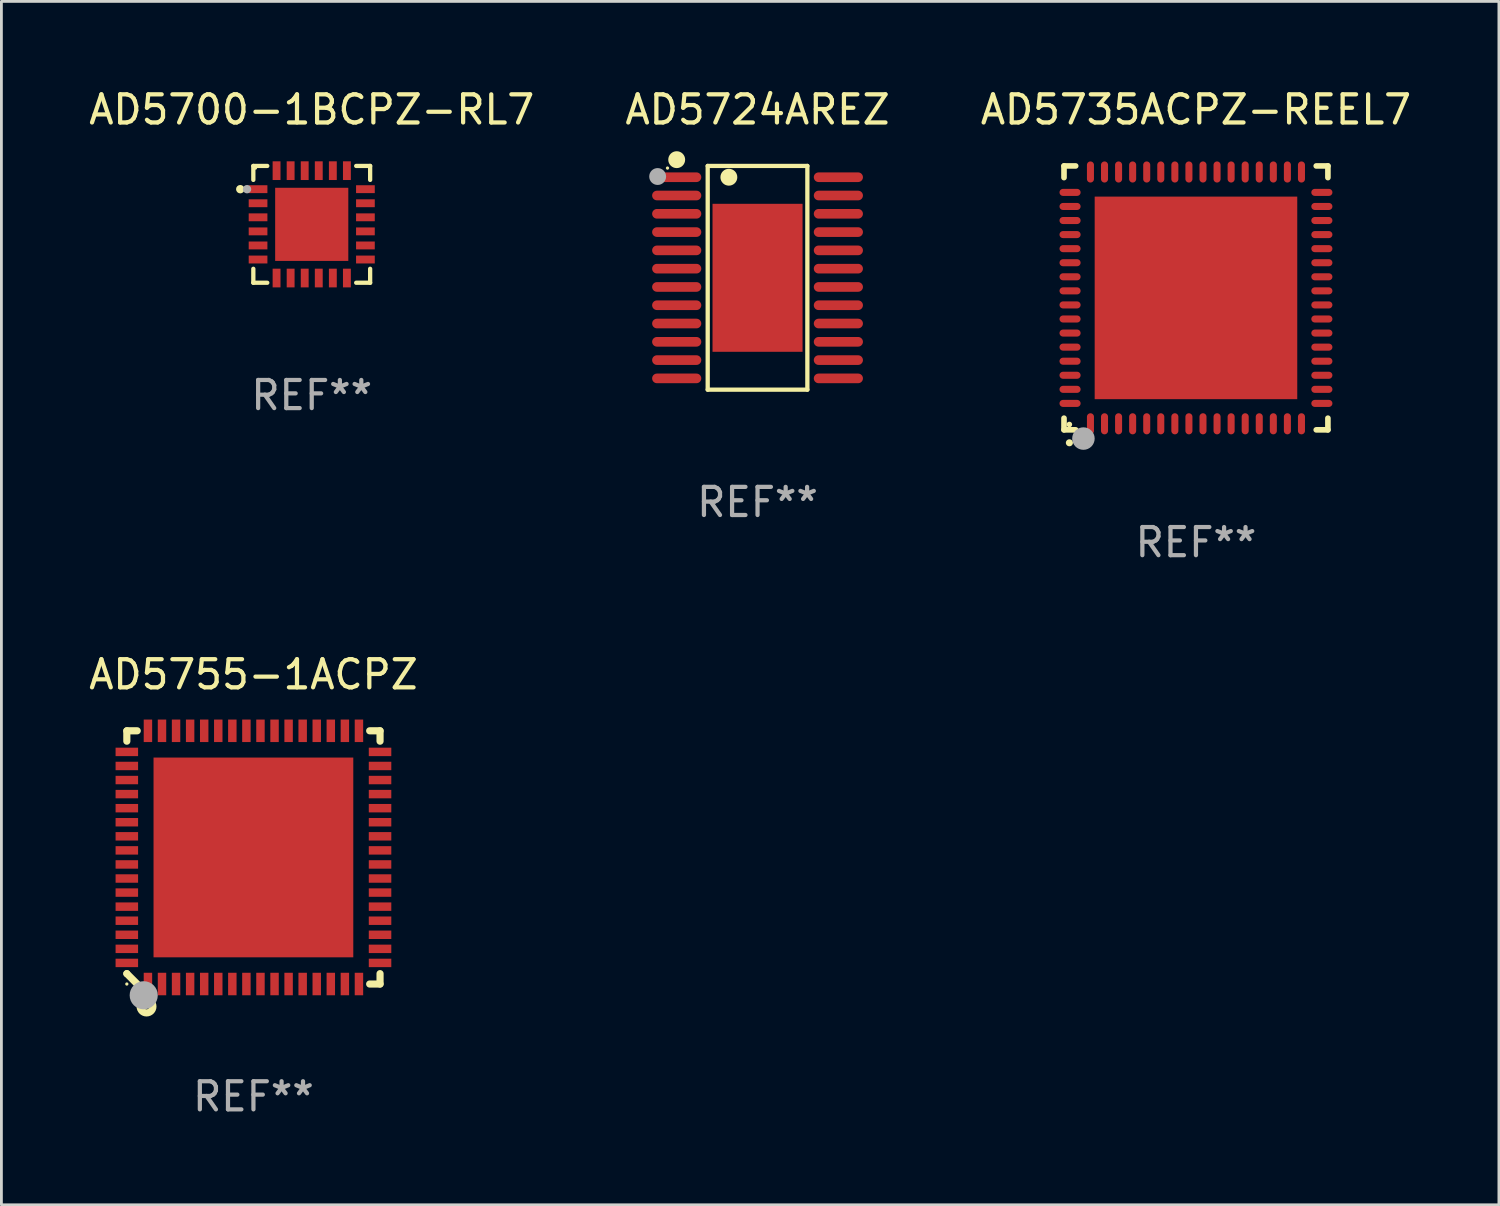
<source format=kicad_pcb>
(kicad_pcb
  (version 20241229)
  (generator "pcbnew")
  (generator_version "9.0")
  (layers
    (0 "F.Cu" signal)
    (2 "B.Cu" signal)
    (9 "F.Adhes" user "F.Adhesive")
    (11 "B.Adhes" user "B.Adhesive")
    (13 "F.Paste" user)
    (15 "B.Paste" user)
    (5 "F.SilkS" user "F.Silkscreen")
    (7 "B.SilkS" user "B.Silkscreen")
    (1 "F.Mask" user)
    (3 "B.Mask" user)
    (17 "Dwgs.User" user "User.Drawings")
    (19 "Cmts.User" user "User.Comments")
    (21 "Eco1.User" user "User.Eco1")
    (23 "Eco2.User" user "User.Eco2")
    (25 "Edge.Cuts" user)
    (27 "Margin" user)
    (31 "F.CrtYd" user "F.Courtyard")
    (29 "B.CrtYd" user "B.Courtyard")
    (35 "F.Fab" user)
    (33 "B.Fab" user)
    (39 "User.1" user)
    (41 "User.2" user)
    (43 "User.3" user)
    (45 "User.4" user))
  (footprint "AD5755-1ACPZ"
    (layer "F.Cu")
    (at 5.958 27.425)
    (property "Reference" "AD5755-1ACPZ" (at 0 -6.5 0) (layer "F.SilkS") (effects (font (size 1 1) (thickness 0.15))))
    (attr through_hole)
    (fp_line (start -4.5 -4.5) (end -4.5 -4.131) (stroke (width 0.254) (type solid)) (layer "F.SilkS"))
    (fp_line (start -4.5 4.131) (end -4.5 4.131) (stroke (width 0.254) (type solid)) (layer "F.SilkS"))
    (fp_line (start -4.5 4.131) (end -4.131 4.5) (stroke (width 0.254) (type solid)) (layer "F.SilkS"))
    (fp_line (start -4.131 -4.5) (end -4.5 -4.5) (stroke (width 0.254) (type solid)) (layer "F.SilkS"))
    (fp_line (start 4.131 4.5) (end 4.5 4.5) (stroke (width 0.254) (type solid)) (layer "F.SilkS"))
    (fp_line (start 4.5 -4.5) (end 4.131 -4.5) (stroke (width 0.254) (type solid)) (layer "F.SilkS"))
    (fp_line (start 4.5 -4.131) (end 4.5 -4.5) (stroke (width 0.254) (type solid)) (layer "F.SilkS"))
    (fp_line (start 4.5 4.5) (end 4.5 4.131) (stroke (width 0.254) (type solid)) (layer "F.SilkS"))
    (fp_circle (center -4.5 4.5) (end -4.47 4.5) (stroke (width 0.06) (type solid)) (fill no) (layer "F.SilkS"))
    (fp_circle (center -3.8 5.3) (end -3.7 5.3) (stroke (width 0.254) (type solid)) (fill no) (layer "F.SilkS"))
    (fp_circle (center -3.9 4.9) (end -3.65 4.9) (stroke (width 0.5) (type solid)) (fill no) (layer "F.Fab"))
    (fp_text user "REF**" (at 0 8.5 0) (layer "F.Fab") (effects (font (size 1 1) (thickness 0.15))))
    (pad "1" smd rect (at -3.75 4.5) (size 0.3 0.8) (layers "F.Cu" "F.Mask" "F.Paste"))
    (pad "2" smd rect (at -3.25 4.5) (size 0.3 0.8) (layers "F.Cu" "F.Mask" "F.Paste"))
    (pad "3" smd rect (at -2.75 4.5) (size 0.3 0.8) (layers "F.Cu" "F.Mask" "F.Paste"))
    (pad "4" smd rect (at -2.25 4.5) (size 0.3 0.8) (layers "F.Cu" "F.Mask" "F.Paste"))
    (pad "5" smd rect (at -1.75 4.5) (size 0.3 0.8) (layers "F.Cu" "F.Mask" "F.Paste"))
    (pad "6" smd rect (at -1.25 4.5) (size 0.3 0.8) (layers "F.Cu" "F.Mask" "F.Paste"))
    (pad "7" smd rect (at -0.75 4.5) (size 0.3 0.8) (layers "F.Cu" "F.Mask" "F.Paste"))
    (pad "8" smd rect (at -0.25 4.5) (size 0.3 0.8) (layers "F.Cu" "F.Mask" "F.Paste"))
    (pad "9" smd rect (at 0.25 4.5) (size 0.3 0.8) (layers "F.Cu" "F.Mask" "F.Paste"))
    (pad "10" smd rect (at 0.75 4.5) (size 0.3 0.8) (layers "F.Cu" "F.Mask" "F.Paste"))
    (pad "11" smd rect (at 1.25 4.5) (size 0.3 0.8) (layers "F.Cu" "F.Mask" "F.Paste"))
    (pad "12" smd rect (at 1.75 4.5) (size 0.3 0.8) (layers "F.Cu" "F.Mask" "F.Paste"))
    (pad "13" smd rect (at 2.25 4.5) (size 0.3 0.8) (layers "F.Cu" "F.Mask" "F.Paste"))
    (pad "14" smd rect (at 2.75 4.5) (size 0.3 0.8) (layers "F.Cu" "F.Mask" "F.Paste"))
    (pad "15" smd rect (at 3.25 4.5) (size 0.3 0.8) (layers "F.Cu" "F.Mask" "F.Paste"))
    (pad "16" smd rect (at 3.75 4.5) (size 0.3 0.8) (layers "F.Cu" "F.Mask" "F.Paste"))
    (pad "17" smd rect (at 4.5 3.75) (size 0.8 0.3) (layers "F.Cu" "F.Mask" "F.Paste"))
    (pad "18" smd rect (at 4.5 3.25) (size 0.8 0.3) (layers "F.Cu" "F.Mask" "F.Paste"))
    (pad "19" smd rect (at 4.5 2.75) (size 0.8 0.3) (layers "F.Cu" "F.Mask" "F.Paste"))
    (pad "20" smd rect (at 4.5 2.25) (size 0.8 0.3) (layers "F.Cu" "F.Mask" "F.Paste"))
    (pad "21" smd rect (at 4.5 1.75) (size 0.8 0.3) (layers "F.Cu" "F.Mask" "F.Paste"))
    (pad "22" smd rect (at 4.5 1.25) (size 0.8 0.3) (layers "F.Cu" "F.Mask" "F.Paste"))
    (pad "23" smd rect (at 4.5 0.75) (size 0.8 0.3) (layers "F.Cu" "F.Mask" "F.Paste"))
    (pad "24" smd rect (at 4.5 0.25) (size 0.8 0.3) (layers "F.Cu" "F.Mask" "F.Paste"))
    (pad "25" smd rect (at 4.5 -0.25) (size 0.8 0.3) (layers "F.Cu" "F.Mask" "F.Paste"))
    (pad "26" smd rect (at 4.5 -0.75) (size 0.8 0.3) (layers "F.Cu" "F.Mask" "F.Paste"))
    (pad "27" smd rect (at 4.5 -1.25) (size 0.8 0.3) (layers "F.Cu" "F.Mask" "F.Paste"))
    (pad "28" smd rect (at 4.5 -1.75) (size 0.8 0.3) (layers "F.Cu" "F.Mask" "F.Paste"))
    (pad "29" smd rect (at 4.5 -2.25) (size 0.8 0.3) (layers "F.Cu" "F.Mask" "F.Paste"))
    (pad "30" smd rect (at 4.5 -2.75) (size 0.8 0.3) (layers "F.Cu" "F.Mask" "F.Paste"))
    (pad "31" smd rect (at 4.5 -3.25) (size 0.8 0.3) (layers "F.Cu" "F.Mask" "F.Paste"))
    (pad "32" smd rect (at 4.5 -3.75) (size 0.8 0.3) (layers "F.Cu" "F.Mask" "F.Paste"))
    (pad "33" smd rect (at 3.75 -4.5) (size 0.3 0.8) (layers "F.Cu" "F.Mask" "F.Paste"))
    (pad "34" smd rect (at 3.25 -4.5) (size 0.3 0.8) (layers "F.Cu" "F.Mask" "F.Paste"))
    (pad "35" smd rect (at 2.75 -4.5) (size 0.3 0.8) (layers "F.Cu" "F.Mask" "F.Paste"))
    (pad "36" smd rect (at 2.25 -4.5) (size 0.3 0.8) (layers "F.Cu" "F.Mask" "F.Paste"))
    (pad "37" smd rect (at 1.75 -4.5) (size 0.3 0.8) (layers "F.Cu" "F.Mask" "F.Paste"))
    (pad "38" smd rect (at 1.25 -4.5) (size 0.3 0.8) (layers "F.Cu" "F.Mask" "F.Paste"))
    (pad "39" smd rect (at 0.75 -4.5) (size 0.3 0.8) (layers "F.Cu" "F.Mask" "F.Paste"))
    (pad "40" smd rect (at 0.25 -4.5) (size 0.3 0.8) (layers "F.Cu" "F.Mask" "F.Paste"))
    (pad "41" smd rect (at -0.25 -4.5) (size 0.3 0.8) (layers "F.Cu" "F.Mask" "F.Paste"))
    (pad "42" smd rect (at -0.75 -4.5) (size 0.3 0.8) (layers "F.Cu" "F.Mask" "F.Paste"))
    (pad "43" smd rect (at -1.25 -4.5) (size 0.3 0.8) (layers "F.Cu" "F.Mask" "F.Paste"))
    (pad "44" smd rect (at -1.75 -4.5) (size 0.3 0.8) (layers "F.Cu" "F.Mask" "F.Paste"))
    (pad "45" smd rect (at -2.25 -4.5) (size 0.3 0.8) (layers "F.Cu" "F.Mask" "F.Paste"))
    (pad "46" smd rect (at -2.75 -4.5) (size 0.3 0.8) (layers "F.Cu" "F.Mask" "F.Paste"))
    (pad "47" smd rect (at -3.25 -4.5) (size 0.3 0.8) (layers "F.Cu" "F.Mask" "F.Paste"))
    (pad "48" smd rect (at -3.75 -4.5) (size 0.3 0.8) (layers "F.Cu" "F.Mask" "F.Paste"))
    (pad "49" smd rect (at -4.5 -3.75) (size 0.8 0.3) (layers "F.Cu" "F.Mask" "F.Paste"))
    (pad "50" smd rect (at -4.5 -3.25) (size 0.8 0.3) (layers "F.Cu" "F.Mask" "F.Paste"))
    (pad "51" smd rect (at -4.5 -2.75) (size 0.8 0.3) (layers "F.Cu" "F.Mask" "F.Paste"))
    (pad "52" smd rect (at -4.5 -2.25) (size 0.8 0.3) (layers "F.Cu" "F.Mask" "F.Paste"))
    (pad "53" smd rect (at -4.5 -1.75) (size 0.8 0.3) (layers "F.Cu" "F.Mask" "F.Paste"))
    (pad "54" smd rect (at -4.5 -1.25) (size 0.8 0.3) (layers "F.Cu" "F.Mask" "F.Paste"))
    (pad "55" smd rect (at -4.5 -0.75) (size 0.8 0.3) (layers "F.Cu" "F.Mask" "F.Paste"))
    (pad "56" smd rect (at -4.5 -0.25) (size 0.8 0.3) (layers "F.Cu" "F.Mask" "F.Paste"))
    (pad "57" smd rect (at -4.5 0.25) (size 0.8 0.3) (layers "F.Cu" "F.Mask" "F.Paste"))
    (pad "58" smd rect (at -4.5 0.75) (size 0.8 0.3) (layers "F.Cu" "F.Mask" "F.Paste"))
    (pad "59" smd rect (at -4.5 1.25) (size 0.8 0.3) (layers "F.Cu" "F.Mask" "F.Paste"))
    (pad "60" smd rect (at -4.5 1.75) (size 0.8 0.3) (layers "F.Cu" "F.Mask" "F.Paste"))
    (pad "61" smd rect (at -4.5 2.25) (size 0.8 0.3) (layers "F.Cu" "F.Mask" "F.Paste"))
    (pad "62" smd rect (at -4.5 2.75) (size 0.8 0.3) (layers "F.Cu" "F.Mask" "F.Paste"))
    (pad "63" smd rect (at -4.5 3.25) (size 0.8 0.3) (layers "F.Cu" "F.Mask" "F.Paste"))
    (pad "64" smd rect (at -4.5 3.75) (size 0.8 0.3) (layers "F.Cu" "F.Mask" "F.Paste"))
    (pad "65" smd rect (at -0.001 0.001) (size 7.1 7.1) (layers "F.Cu" "F.Mask" "F.Paste")))
  (footprint "AD5735ACPZ-REEL7"
    (layer "F.Cu")
    (at 39.458 7.538)
    (property "Reference" "AD5735ACPZ-REEL7" (at 0 -6.69 0) (layer "F.SilkS") (effects (font (size 1 1) (thickness 0.15))))
    (attr through_hole)
    (fp_line (start -4.69 -4.69) (end -4.275 -4.69) (stroke (width 0.2) (type solid)) (layer "F.SilkS"))
    (fp_line (start -4.69 -4.275) (end -4.69 -4.69) (stroke (width 0.2) (type solid)) (layer "F.SilkS"))
    (fp_line (start -4.69 4.69) (end -4.69 4.275) (stroke (width 0.2) (type solid)) (layer "F.SilkS"))
    (fp_line (start -4.275 4.69) (end -4.69 4.69) (stroke (width 0.2) (type solid)) (layer "F.SilkS"))
    (fp_line (start 4.275 4.69) (end 4.69 4.69) (stroke (width 0.2) (type solid)) (layer "F.SilkS"))
    (fp_line (start 4.69 -4.69) (end 4.275 -4.69) (stroke (width 0.2) (type solid)) (layer "F.SilkS"))
    (fp_line (start 4.69 -4.275) (end 4.69 -4.69) (stroke (width 0.2) (type solid)) (layer "F.SilkS"))
    (fp_line (start 4.69 4.69) (end 4.69 4.275) (stroke (width 0.2) (type solid)) (layer "F.SilkS"))
    (fp_arc (start -4.499886 5.15) (mid -4.498616 5.149994) (end -4.497346 5.15) (stroke (width 0.24892) (type solid)) (layer "F.SilkS"))
    (fp_circle (center -4.5 4.5) (end -4.45 4.5) (stroke (width 0.1) (type solid)) (fill no) (layer "F.SilkS"))
    (fp_circle (center -4 5) (end -3.8 5) (stroke (width 0.4) (type solid)) (fill no) (layer "F.Fab"))
    (fp_text user "REF**" (at 0 8.69 0) (layer "F.Fab") (effects (font (size 1 1) (thickness 0.15))))
    (pad "1" smd oval (at -3.75 4.475) (size 0.25 0.75) (layers "F.Cu" "F.Mask" "F.Paste"))
    (pad "2" smd oval (at -3.25 4.475) (size 0.25 0.75) (layers "F.Cu" "F.Mask" "F.Paste"))
    (pad "3" smd oval (at -2.75 4.475) (size 0.25 0.75) (layers "F.Cu" "F.Mask" "F.Paste"))
    (pad "4" smd oval (at -2.25 4.475) (size 0.25 0.75) (layers "F.Cu" "F.Mask" "F.Paste"))
    (pad "5" smd oval (at -1.75 4.475) (size 0.25 0.75) (layers "F.Cu" "F.Mask" "F.Paste"))
    (pad "6" smd oval (at -1.25 4.475) (size 0.25 0.75) (layers "F.Cu" "F.Mask" "F.Paste"))
    (pad "7" smd oval (at -0.75 4.475) (size 0.25 0.75) (layers "F.Cu" "F.Mask" "F.Paste"))
    (pad "8" smd oval (at -0.25 4.475) (size 0.25 0.75) (layers "F.Cu" "F.Mask" "F.Paste"))
    (pad "9" smd oval (at 0.25 4.475) (size 0.25 0.75) (layers "F.Cu" "F.Mask" "F.Paste"))
    (pad "10" smd oval (at 0.75 4.475) (size 0.25 0.75) (layers "F.Cu" "F.Mask" "F.Paste"))
    (pad "11" smd oval (at 1.25 4.475) (size 0.25 0.75) (layers "F.Cu" "F.Mask" "F.Paste"))
    (pad "12" smd oval (at 1.75 4.475) (size 0.25 0.75) (layers "F.Cu" "F.Mask" "F.Paste"))
    (pad "13" smd oval (at 2.25 4.475) (size 0.25 0.75) (layers "F.Cu" "F.Mask" "F.Paste"))
    (pad "14" smd oval (at 2.75 4.475) (size 0.25 0.75) (layers "F.Cu" "F.Mask" "F.Paste"))
    (pad "15" smd oval (at 3.25 4.475) (size 0.25 0.75) (layers "F.Cu" "F.Mask" "F.Paste"))
    (pad "16" smd oval (at 3.75 4.475) (size 0.25 0.75) (layers "F.Cu" "F.Mask" "F.Paste"))
    (pad "17" smd oval (at 4.475 3.75) (size 0.75 0.25) (layers "F.Cu" "F.Mask" "F.Paste"))
    (pad "18" smd oval (at 4.475 3.25) (size 0.75 0.25) (layers "F.Cu" "F.Mask" "F.Paste"))
    (pad "19" smd oval (at 4.475 2.75) (size 0.75 0.25) (layers "F.Cu" "F.Mask" "F.Paste"))
    (pad "20" smd oval (at 4.475 2.25) (size 0.75 0.25) (layers "F.Cu" "F.Mask" "F.Paste"))
    (pad "21" smd oval (at 4.475 1.75) (size 0.75 0.25) (layers "F.Cu" "F.Mask" "F.Paste"))
    (pad "22" smd oval (at 4.475 1.25) (size 0.75 0.25) (layers "F.Cu" "F.Mask" "F.Paste"))
    (pad "23" smd oval (at 4.475 0.75) (size 0.75 0.25) (layers "F.Cu" "F.Mask" "F.Paste"))
    (pad "24" smd oval (at 4.475 0.25) (size 0.75 0.25) (layers "F.Cu" "F.Mask" "F.Paste"))
    (pad "25" smd oval (at 4.475 -0.25) (size 0.75 0.25) (layers "F.Cu" "F.Mask" "F.Paste"))
    (pad "26" smd oval (at 4.475 -0.75) (size 0.75 0.25) (layers "F.Cu" "F.Mask" "F.Paste"))
    (pad "27" smd oval (at 4.475 -1.25) (size 0.75 0.25) (layers "F.Cu" "F.Mask" "F.Paste"))
    (pad "28" smd oval (at 4.475 -1.75) (size 0.75 0.25) (layers "F.Cu" "F.Mask" "F.Paste"))
    (pad "29" smd oval (at 4.475 -2.25) (size 0.75 0.25) (layers "F.Cu" "F.Mask" "F.Paste"))
    (pad "30" smd oval (at 4.475 -2.75) (size 0.75 0.25) (layers "F.Cu" "F.Mask" "F.Paste"))
    (pad "31" smd oval (at 4.475 -3.25) (size 0.75 0.25) (layers "F.Cu" "F.Mask" "F.Paste"))
    (pad "32" smd oval (at 4.475 -3.75) (size 0.75 0.25) (layers "F.Cu" "F.Mask" "F.Paste"))
    (pad "33" smd oval (at 3.75 -4.475) (size 0.25 0.75) (layers "F.Cu" "F.Mask" "F.Paste"))
    (pad "34" smd oval (at 3.25 -4.475) (size 0.25 0.75) (layers "F.Cu" "F.Mask" "F.Paste"))
    (pad "35" smd oval (at 2.75 -4.475) (size 0.25 0.75) (layers "F.Cu" "F.Mask" "F.Paste"))
    (pad "36" smd oval (at 2.25 -4.475) (size 0.25 0.75) (layers "F.Cu" "F.Mask" "F.Paste"))
    (pad "37" smd oval (at 1.75 -4.475) (size 0.25 0.75) (layers "F.Cu" "F.Mask" "F.Paste"))
    (pad "38" smd oval (at 1.25 -4.475) (size 0.25 0.75) (layers "F.Cu" "F.Mask" "F.Paste"))
    (pad "39" smd oval (at 0.75 -4.475) (size 0.25 0.75) (layers "F.Cu" "F.Mask" "F.Paste"))
    (pad "40" smd oval (at 0.25 -4.475) (size 0.25 0.75) (layers "F.Cu" "F.Mask" "F.Paste"))
    (pad "41" smd oval (at -0.25 -4.475) (size 0.25 0.75) (layers "F.Cu" "F.Mask" "F.Paste"))
    (pad "42" smd oval (at -0.75 -4.475) (size 0.25 0.75) (layers "F.Cu" "F.Mask" "F.Paste"))
    (pad "43" smd oval (at -1.25 -4.475) (size 0.25 0.75) (layers "F.Cu" "F.Mask" "F.Paste"))
    (pad "44" smd oval (at -1.75 -4.475) (size 0.25 0.75) (layers "F.Cu" "F.Mask" "F.Paste"))
    (pad "45" smd oval (at -2.25 -4.475) (size 0.25 0.75) (layers "F.Cu" "F.Mask" "F.Paste"))
    (pad "46" smd oval (at -2.75 -4.475) (size 0.25 0.75) (layers "F.Cu" "F.Mask" "F.Paste"))
    (pad "47" smd oval (at -3.25 -4.475) (size 0.25 0.75) (layers "F.Cu" "F.Mask" "F.Paste"))
    (pad "48" smd oval (at -3.75 -4.475) (size 0.25 0.75) (layers "F.Cu" "F.Mask" "F.Paste"))
    (pad "49" smd oval (at -4.475 -3.75) (size 0.75 0.25) (layers "F.Cu" "F.Mask" "F.Paste"))
    (pad "50" smd oval (at -4.475 -3.25) (size 0.75 0.25) (layers "F.Cu" "F.Mask" "F.Paste"))
    (pad "51" smd oval (at -4.475 -2.75) (size 0.75 0.25) (layers "F.Cu" "F.Mask" "F.Paste"))
    (pad "52" smd oval (at -4.475 -2.25) (size 0.75 0.25) (layers "F.Cu" "F.Mask" "F.Paste"))
    (pad "53" smd oval (at -4.475 -1.75) (size 0.75 0.25) (layers "F.Cu" "F.Mask" "F.Paste"))
    (pad "54" smd oval (at -4.475 -1.25) (size 0.75 0.25) (layers "F.Cu" "F.Mask" "F.Paste"))
    (pad "55" smd oval (at -4.475 -0.75) (size 0.75 0.25) (layers "F.Cu" "F.Mask" "F.Paste"))
    (pad "56" smd oval (at -4.475 -0.25) (size 0.75 0.25) (layers "F.Cu" "F.Mask" "F.Paste"))
    (pad "57" smd oval (at -4.475 0.25) (size 0.75 0.25) (layers "F.Cu" "F.Mask" "F.Paste"))
    (pad "58" smd oval (at -4.475 0.75) (size 0.75 0.25) (layers "F.Cu" "F.Mask" "F.Paste"))
    (pad "59" smd oval (at -4.475 1.25) (size 0.75 0.25) (layers "F.Cu" "F.Mask" "F.Paste"))
    (pad "60" smd oval (at -4.475 1.75) (size 0.75 0.25) (layers "F.Cu" "F.Mask" "F.Paste"))
    (pad "61" smd oval (at -4.475 2.25) (size 0.75 0.25) (layers "F.Cu" "F.Mask" "F.Paste"))
    (pad "62" smd oval (at -4.475 2.75) (size 0.75 0.25) (layers "F.Cu" "F.Mask" "F.Paste"))
    (pad "63" smd oval (at -4.475 3.25) (size 0.75 0.25) (layers "F.Cu" "F.Mask" "F.Paste"))
    (pad "64" smd oval (at -4.475 3.75) (size 0.75 0.25) (layers "F.Cu" "F.Mask" "F.Paste"))
    (pad "65" smd rect (at 0.000368 0.000013) (size 7.2 7.2) (layers "F.Cu" "F.Mask" "F.Paste")))
  (footprint "AD5700-1BCPZ-RL7"
    (layer "F.Cu")
    (at 8.03 4.924)
    (property "Reference" "AD5700-1BCPZ-RL7" (at 0 -4.076 0) (layer "F.SilkS") (effects (font (size 1 1) (thickness 0.15))))
    (attr through_hole)
    (fp_line (start -2.076 -2.076) (end -2.076 -1.58) (stroke (width 0.152) (type solid)) (layer "F.SilkS"))
    (fp_line (start -2.076 2.076) (end -2.076 1.58) (stroke (width 0.152) (type solid)) (layer "F.SilkS"))
    (fp_line (start -1.58 -2.076) (end -2.076 -2.076) (stroke (width 0.152) (type solid)) (layer "F.SilkS"))
    (fp_line (start -1.58 2.076) (end -2.076 2.076) (stroke (width 0.152) (type solid)) (layer "F.SilkS"))
    (fp_line (start 1.58 -2.076) (end 2.076 -2.076) (stroke (width 0.152) (type solid)) (layer "F.SilkS"))
    (fp_line (start 1.58 2.076) (end 2.076 2.076) (stroke (width 0.152) (type solid)) (layer "F.SilkS"))
    (fp_line (start 2.076 -2.076) (end 2.076 -1.58) (stroke (width 0.152) (type solid)) (layer "F.SilkS"))
    (fp_line (start 2.076 2.076) (end 2.076 1.58) (stroke (width 0.152) (type solid)) (layer "F.SilkS"))
    (fp_circle (center -2.54 -1.25) (end -2.465 -1.25) (stroke (width 0.15) (type solid)) (fill no) (layer "F.SilkS"))
    (fp_circle (center -2 -2) (end -1.97 -2) (stroke (width 0.06) (type solid)) (fill no) (layer "F.SilkS"))
    (fp_circle (center -2.3 -1.25) (end -2.225 -1.25) (stroke (width 0.15) (type solid)) (fill no) (layer "F.Fab"))
    (fp_text user "REF**" (at 0 6.076 0) (layer "F.Fab") (effects (font (size 1 1) (thickness 0.15))))
    (pad "1" smd rect (at -1.908 -1.25) (size 0.665 0.28) (layers "F.Cu" "F.Mask" "F.Paste"))
    (pad "2" smd rect (at -1.908 -0.75) (size 0.665 0.28) (layers "F.Cu" "F.Mask" "F.Paste"))
    (pad "3" smd rect (at -1.908 -0.25) (size 0.665 0.28) (layers "F.Cu" "F.Mask" "F.Paste"))
    (pad "4" smd rect (at -1.908 0.25) (size 0.665 0.28) (layers "F.Cu" "F.Mask" "F.Paste"))
    (pad "5" smd rect (at -1.908 0.75) (size 0.665 0.28) (layers "F.Cu" "F.Mask" "F.Paste"))
    (pad "6" smd rect (at -1.908 1.25) (size 0.665 0.28) (layers "F.Cu" "F.Mask" "F.Paste"))
    (pad "7" smd rect (at -1.25 1.908) (size 0.28 0.665) (layers "F.Cu" "F.Mask" "F.Paste"))
    (pad "8" smd rect (at -0.75 1.908) (size 0.28 0.665) (layers "F.Cu" "F.Mask" "F.Paste"))
    (pad "9" smd rect (at -0.25 1.908) (size 0.28 0.665) (layers "F.Cu" "F.Mask" "F.Paste"))
    (pad "10" smd rect (at 0.25 1.908) (size 0.28 0.665) (layers "F.Cu" "F.Mask" "F.Paste"))
    (pad "11" smd rect (at 0.75 1.908) (size 0.28 0.665) (layers "F.Cu" "F.Mask" "F.Paste"))
    (pad "12" smd rect (at 1.25 1.908) (size 0.28 0.665) (layers "F.Cu" "F.Mask" "F.Paste"))
    (pad "13" smd rect (at 1.908 1.25) (size 0.665 0.28) (layers "F.Cu" "F.Mask" "F.Paste"))
    (pad "14" smd rect (at 1.908 0.75) (size 0.665 0.28) (layers "F.Cu" "F.Mask" "F.Paste"))
    (pad "15" smd rect (at 1.908 0.25) (size 0.665 0.28) (layers "F.Cu" "F.Mask" "F.Paste"))
    (pad "16" smd rect (at 1.908 -0.25) (size 0.665 0.28) (layers "F.Cu" "F.Mask" "F.Paste"))
    (pad "17" smd rect (at 1.908 -0.75) (size 0.665 0.28) (layers "F.Cu" "F.Mask" "F.Paste"))
    (pad "18" smd rect (at 1.908 -1.25) (size 0.665 0.28) (layers "F.Cu" "F.Mask" "F.Paste"))
    (pad "19" smd rect (at 1.25 -1.908) (size 0.28 0.665) (layers "F.Cu" "F.Mask" "F.Paste"))
    (pad "20" smd rect (at 0.75 -1.908) (size 0.28 0.665) (layers "F.Cu" "F.Mask" "F.Paste"))
    (pad "21" smd rect (at 0.25 -1.908) (size 0.28 0.665) (layers "F.Cu" "F.Mask" "F.Paste"))
    (pad "22" smd rect (at -0.25 -1.908) (size 0.28 0.665) (layers "F.Cu" "F.Mask" "F.Paste"))
    (pad "23" smd rect (at -0.75 -1.908) (size 0.28 0.665) (layers "F.Cu" "F.Mask" "F.Paste"))
    (pad "24" smd rect (at -1.25 -1.908) (size 0.28 0.665) (layers "F.Cu" "F.Mask" "F.Paste"))
    (pad "25" smd rect (at 0 0) (size 2.6 2.6) (layers "F.Cu" "F.Mask" "F.Paste")))
  (footprint "AD5724AREZ"
    (layer "F.Cu")
    (at 23.875 6.824)
    (property "Reference" "AD5724AREZ" (at 0 -5.976 0) (layer "F.SilkS") (effects (font (size 1 1) (thickness 0.15))))
    (attr through_hole)
    (fp_line (start -1.771 -3.976) (end 1.771 -3.976) (stroke (width 0.152) (type solid)) (layer "F.SilkS"))
    (fp_line (start -1.771 3.976) (end -1.771 -3.976) (stroke (width 0.152) (type solid)) (layer "F.SilkS"))
    (fp_line (start 1.771 -3.976) (end 1.771 3.976) (stroke (width 0.152) (type solid)) (layer "F.SilkS"))
    (fp_line (start 1.771 3.976) (end -1.771 3.976) (stroke (width 0.152) (type solid)) (layer "F.SilkS"))
    (fp_circle (center -3.2 -3.9) (end -3.17 -3.9) (stroke (width 0.06) (type solid)) (fill no) (layer "F.SilkS"))
    (fp_circle (center -2.873 -4.199) (end -2.723 -4.199) (stroke (width 0.3) (type solid)) (fill no) (layer "F.SilkS"))
    (fp_circle (center -1.019 -3.575) (end -0.869 -3.575) (stroke (width 0.3) (type solid)) (fill no) (layer "F.SilkS"))
    (fp_circle (center -3.55 -3.6) (end -3.4 -3.6) (stroke (width 0.3) (type solid)) (fill no) (layer "F.Fab"))
    (fp_text user "REF**" (at 0 7.976 0) (layer "F.Fab") (effects (font (size 1 1) (thickness 0.15))))
    (pad "1" smd oval (at -2.873 -3.575 270) (size 0.343 1.747) (layers "F.Cu" "F.Mask" "F.Paste"))
    (pad "2" smd oval (at -2.873 -2.925 270) (size 0.343 1.747) (layers "F.Cu" "F.Mask" "F.Paste"))
    (pad "3" smd oval (at -2.873 -2.275 270) (size 0.343 1.747) (layers "F.Cu" "F.Mask" "F.Paste"))
    (pad "4" smd oval (at -2.873 -1.625 270) (size 0.343 1.747) (layers "F.Cu" "F.Mask" "F.Paste"))
    (pad "5" smd oval (at -2.873 -0.975 270) (size 0.343 1.747) (layers "F.Cu" "F.Mask" "F.Paste"))
    (pad "6" smd oval (at -2.873 -0.325 270) (size 0.343 1.747) (layers "F.Cu" "F.Mask" "F.Paste"))
    (pad "7" smd oval (at -2.873 0.325 270) (size 0.343 1.747) (layers "F.Cu" "F.Mask" "F.Paste"))
    (pad "8" smd oval (at -2.873 0.975 270) (size 0.343 1.747) (layers "F.Cu" "F.Mask" "F.Paste"))
    (pad "9" smd oval (at -2.873 1.625 270) (size 0.343 1.747) (layers "F.Cu" "F.Mask" "F.Paste"))
    (pad "10" smd oval (at -2.873 2.275 270) (size 0.343 1.747) (layers "F.Cu" "F.Mask" "F.Paste"))
    (pad "11" smd oval (at -2.873 2.925 270) (size 0.343 1.747) (layers "F.Cu" "F.Mask" "F.Paste"))
    (pad "12" smd oval (at -2.873 3.575 270) (size 0.343 1.747) (layers "F.Cu" "F.Mask" "F.Paste"))
    (pad "13" smd oval (at 2.873 3.575 270) (size 0.343 1.747) (layers "F.Cu" "F.Mask" "F.Paste"))
    (pad "14" smd oval (at 2.873 2.925 270) (size 0.343 1.747) (layers "F.Cu" "F.Mask" "F.Paste"))
    (pad "15" smd oval (at 2.873 2.275 270) (size 0.343 1.747) (layers "F.Cu" "F.Mask" "F.Paste"))
    (pad "16" smd oval (at 2.873 1.625 270) (size 0.343 1.747) (layers "F.Cu" "F.Mask" "F.Paste"))
    (pad "17" smd oval (at 2.873 0.975 270) (size 0.343 1.747) (layers "F.Cu" "F.Mask" "F.Paste"))
    (pad "18" smd oval (at 2.873 0.325 270) (size 0.343 1.747) (layers "F.Cu" "F.Mask" "F.Paste"))
    (pad "19" smd oval (at 2.873 -0.325 270) (size 0.343 1.747) (layers "F.Cu" "F.Mask" "F.Paste"))
    (pad "20" smd oval (at 2.873 -0.975 270) (size 0.343 1.747) (layers "F.Cu" "F.Mask" "F.Paste"))
    (pad "21" smd oval (at 2.873 -1.625 270) (size 0.343 1.747) (layers "F.Cu" "F.Mask" "F.Paste"))
    (pad "22" smd oval (at 2.873 -2.275 270) (size 0.343 1.747) (layers "F.Cu" "F.Mask" "F.Paste"))
    (pad "23" smd oval (at 2.873 -2.925 270) (size 0.343 1.747) (layers "F.Cu" "F.Mask" "F.Paste"))
    (pad "24" smd oval (at 2.873 -3.575 270) (size 0.343 1.747) (layers "F.Cu" "F.Mask" "F.Paste"))
    (pad "25" smd rect (at 0 -0.000102) (size 3.2 5.26) (layers "F.Cu" "F.Mask" "F.Paste")))
  (gr_rect
    (start -3 -3)
    (end 50.226 39.773)
    (stroke (width 0.1) (type default))
    (fill no)
    (layer "Edge.Cuts")))
</source>
